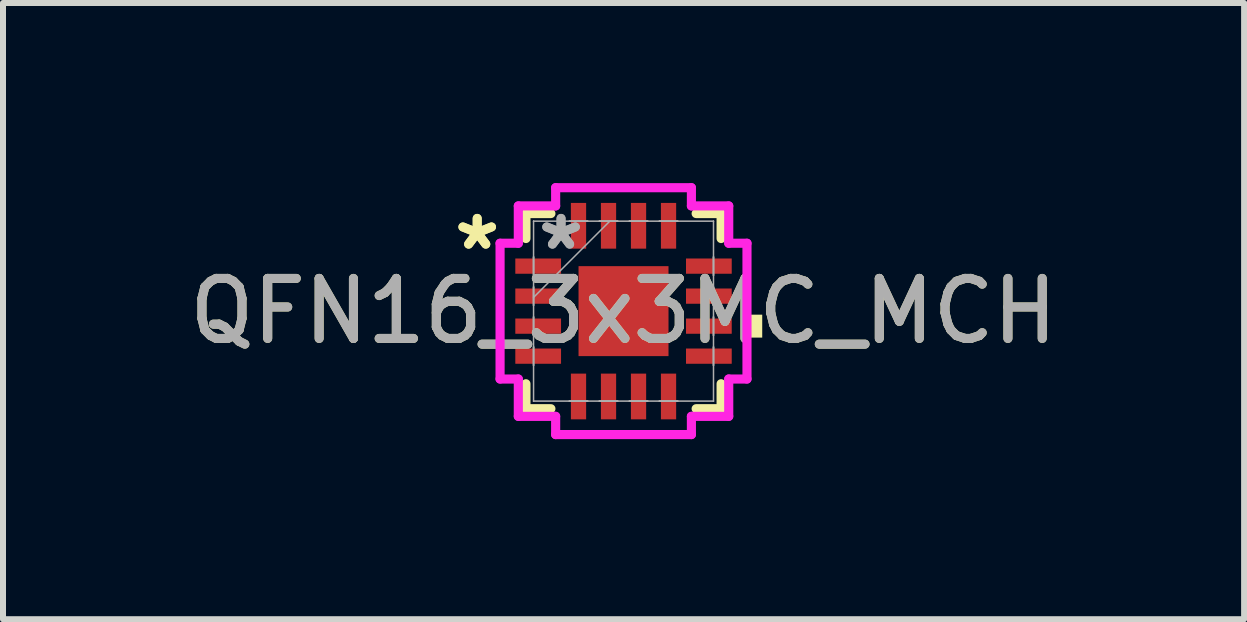
<source format=kicad_pcb>
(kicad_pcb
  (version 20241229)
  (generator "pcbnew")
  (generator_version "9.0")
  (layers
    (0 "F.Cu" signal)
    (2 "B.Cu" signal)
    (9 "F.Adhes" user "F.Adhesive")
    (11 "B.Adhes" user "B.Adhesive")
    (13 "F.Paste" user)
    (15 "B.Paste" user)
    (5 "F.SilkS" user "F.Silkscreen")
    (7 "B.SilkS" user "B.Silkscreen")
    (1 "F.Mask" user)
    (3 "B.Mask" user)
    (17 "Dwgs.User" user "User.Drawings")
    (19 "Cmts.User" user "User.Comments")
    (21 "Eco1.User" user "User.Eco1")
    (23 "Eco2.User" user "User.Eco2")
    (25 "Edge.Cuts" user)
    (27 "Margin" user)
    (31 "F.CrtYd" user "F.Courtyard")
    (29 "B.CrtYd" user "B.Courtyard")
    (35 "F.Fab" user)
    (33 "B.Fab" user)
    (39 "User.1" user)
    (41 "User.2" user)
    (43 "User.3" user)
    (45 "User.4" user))
  (footprint "QFN16_3x3MC_MCH"
    (layer "F.Cu")
    (at 7.339 2.134)
    (property "Reference" "QFN16_3x3MC_MCH" (at 0 0 0) (unlocked yes) (layer "F.SilkS") (effects (font (size 1 1) (thickness 0.15))))
    (attr smd)
    (fp_line (start -1.626 -1.626) (end -1.626 -1.21) (stroke (width 0.152) (type solid)) (layer "F.SilkS"))
    (fp_line (start -1.626 1.21) (end -1.626 1.626) (stroke (width 0.152) (type solid)) (layer "F.SilkS"))
    (fp_line (start -1.626 1.626) (end -1.21 1.626) (stroke (width 0.152) (type solid)) (layer "F.SilkS"))
    (fp_line (start -1.21 -1.626) (end -1.626 -1.626) (stroke (width 0.152) (type solid)) (layer "F.SilkS"))
    (fp_line (start 1.21 1.626) (end 1.626 1.626) (stroke (width 0.152) (type solid)) (layer "F.SilkS"))
    (fp_line (start 1.626 -1.626) (end 1.21 -1.626) (stroke (width 0.152) (type solid)) (layer "F.SilkS"))
    (fp_line (start 1.626 -1.21) (end 1.626 -1.626) (stroke (width 0.152) (type solid)) (layer "F.SilkS"))
    (fp_line (start 1.626 1.626) (end 1.626 1.21) (stroke (width 0.152) (type solid)) (layer "F.SilkS"))
    (fp_poly (pts (xy 2.311 0.059) (xy 2.311 0.441) (xy 2.057 0.441) (xy 2.057 0.059)) (stroke (width 0) (type solid)) (fill yes) (layer "F.SilkS"))
    (fp_line (start -2.057 -1.131) (end -1.753 -1.131) (stroke (width 0.152) (type solid)) (layer "F.CrtYd"))
    (fp_line (start -2.057 1.131) (end -2.057 -1.131) (stroke (width 0.152) (type solid)) (layer "F.CrtYd"))
    (fp_line (start -1.753 -1.753) (end -1.131 -1.753) (stroke (width 0.152) (type solid)) (layer "F.CrtYd"))
    (fp_line (start -1.753 -1.131) (end -1.753 -1.753) (stroke (width 0.152) (type solid)) (layer "F.CrtYd"))
    (fp_line (start -1.753 1.131) (end -2.057 1.131) (stroke (width 0.152) (type solid)) (layer "F.CrtYd"))
    (fp_line (start -1.753 1.753) (end -1.753 1.131) (stroke (width 0.152) (type solid)) (layer "F.CrtYd"))
    (fp_line (start -1.131 -2.057) (end 1.131 -2.057) (stroke (width 0.152) (type solid)) (layer "F.CrtYd"))
    (fp_line (start -1.131 -1.753) (end -1.131 -2.057) (stroke (width 0.152) (type solid)) (layer "F.CrtYd"))
    (fp_line (start -1.131 1.753) (end -1.753 1.753) (stroke (width 0.152) (type solid)) (layer "F.CrtYd"))
    (fp_line (start -1.131 2.057) (end -1.131 1.753) (stroke (width 0.152) (type solid)) (layer "F.CrtYd"))
    (fp_line (start 1.131 -2.057) (end 1.131 -1.753) (stroke (width 0.152) (type solid)) (layer "F.CrtYd"))
    (fp_line (start 1.131 -1.753) (end 1.753 -1.753) (stroke (width 0.152) (type solid)) (layer "F.CrtYd"))
    (fp_line (start 1.131 1.753) (end 1.131 2.057) (stroke (width 0.152) (type solid)) (layer "F.CrtYd"))
    (fp_line (start 1.131 2.057) (end -1.131 2.057) (stroke (width 0.152) (type solid)) (layer "F.CrtYd"))
    (fp_line (start 1.753 -1.753) (end 1.753 -1.131) (stroke (width 0.152) (type solid)) (layer "F.CrtYd"))
    (fp_line (start 1.753 -1.131) (end 2.057 -1.131) (stroke (width 0.152) (type solid)) (layer "F.CrtYd"))
    (fp_line (start 1.753 1.131) (end 1.753 1.753) (stroke (width 0.152) (type solid)) (layer "F.CrtYd"))
    (fp_line (start 1.753 1.753) (end 1.131 1.753) (stroke (width 0.152) (type solid)) (layer "F.CrtYd"))
    (fp_line (start 2.057 -1.131) (end 2.057 1.131) (stroke (width 0.152) (type solid)) (layer "F.CrtYd"))
    (fp_line (start 2.057 1.131) (end 1.753 1.131) (stroke (width 0.152) (type solid)) (layer "F.CrtYd"))
    (fp_line (start -1.499 -1.499) (end -1.499 -1.499) (stroke (width 0.025) (type solid)) (layer "F.Fab"))
    (fp_line (start -1.499 -1.499) (end -1.499 1.499) (stroke (width 0.025) (type solid)) (layer "F.Fab"))
    (fp_line (start -1.499 -0.902) (end -1.499 -0.902) (stroke (width 0.025) (type solid)) (layer "F.Fab"))
    (fp_line (start -1.499 -0.902) (end -1.499 -0.598) (stroke (width 0.025) (type solid)) (layer "F.Fab"))
    (fp_line (start -1.499 -0.598) (end -1.499 -0.902) (stroke (width 0.025) (type solid)) (layer "F.Fab"))
    (fp_line (start -1.499 -0.598) (end -1.499 -0.598) (stroke (width 0.025) (type solid)) (layer "F.Fab"))
    (fp_line (start -1.499 -0.402) (end -1.499 -0.402) (stroke (width 0.025) (type solid)) (layer "F.Fab"))
    (fp_line (start -1.499 -0.402) (end -1.499 -0.098) (stroke (width 0.025) (type solid)) (layer "F.Fab"))
    (fp_line (start -1.499 -0.229) (end -0.229 -1.499) (stroke (width 0.025) (type solid)) (layer "F.Fab"))
    (fp_line (start -1.499 -0.098) (end -1.499 -0.402) (stroke (width 0.025) (type solid)) (layer "F.Fab"))
    (fp_line (start -1.499 -0.098) (end -1.499 -0.098) (stroke (width 0.025) (type solid)) (layer "F.Fab"))
    (fp_line (start -1.499 0.098) (end -1.499 0.098) (stroke (width 0.025) (type solid)) (layer "F.Fab"))
    (fp_line (start -1.499 0.098) (end -1.499 0.402) (stroke (width 0.025) (type solid)) (layer "F.Fab"))
    (fp_line (start -1.499 0.402) (end -1.499 0.098) (stroke (width 0.025) (type solid)) (layer "F.Fab"))
    (fp_line (start -1.499 0.402) (end -1.499 0.402) (stroke (width 0.025) (type solid)) (layer "F.Fab"))
    (fp_line (start -1.499 0.598) (end -1.499 0.598) (stroke (width 0.025) (type solid)) (layer "F.Fab"))
    (fp_line (start -1.499 0.598) (end -1.499 0.902) (stroke (width 0.025) (type solid)) (layer "F.Fab"))
    (fp_line (start -1.499 0.902) (end -1.499 0.598) (stroke (width 0.025) (type solid)) (layer "F.Fab"))
    (fp_line (start -1.499 0.902) (end -1.499 0.902) (stroke (width 0.025) (type solid)) (layer "F.Fab"))
    (fp_line (start -1.499 1.499) (end -1.499 1.499) (stroke (width 0.025) (type solid)) (layer "F.Fab"))
    (fp_line (start -1.499 1.499) (end 1.499 1.499) (stroke (width 0.025) (type solid)) (layer "F.Fab"))
    (fp_line (start -0.902 -1.499) (end -0.902 -1.499) (stroke (width 0.025) (type solid)) (layer "F.Fab"))
    (fp_line (start -0.902 -1.499) (end -0.598 -1.499) (stroke (width 0.025) (type solid)) (layer "F.Fab"))
    (fp_line (start -0.902 1.499) (end -0.902 1.499) (stroke (width 0.025) (type solid)) (layer "F.Fab"))
    (fp_line (start -0.902 1.499) (end -0.598 1.499) (stroke (width 0.025) (type solid)) (layer "F.Fab"))
    (fp_line (start -0.598 -1.499) (end -0.902 -1.499) (stroke (width 0.025) (type solid)) (layer "F.Fab"))
    (fp_line (start -0.598 -1.499) (end -0.598 -1.499) (stroke (width 0.025) (type solid)) (layer "F.Fab"))
    (fp_line (start -0.598 1.499) (end -0.902 1.499) (stroke (width 0.025) (type solid)) (layer "F.Fab"))
    (fp_line (start -0.598 1.499) (end -0.598 1.499) (stroke (width 0.025) (type solid)) (layer "F.Fab"))
    (fp_line (start -0.402 -1.499) (end -0.402 -1.499) (stroke (width 0.025) (type solid)) (layer "F.Fab"))
    (fp_line (start -0.402 -1.499) (end -0.098 -1.499) (stroke (width 0.025) (type solid)) (layer "F.Fab"))
    (fp_line (start -0.402 1.499) (end -0.402 1.499) (stroke (width 0.025) (type solid)) (layer "F.Fab"))
    (fp_line (start -0.402 1.499) (end -0.098 1.499) (stroke (width 0.025) (type solid)) (layer "F.Fab"))
    (fp_line (start -0.098 -1.499) (end -0.402 -1.499) (stroke (width 0.025) (type solid)) (layer "F.Fab"))
    (fp_line (start -0.098 -1.499) (end -0.098 -1.499) (stroke (width 0.025) (type solid)) (layer "F.Fab"))
    (fp_line (start -0.098 1.499) (end -0.402 1.499) (stroke (width 0.025) (type solid)) (layer "F.Fab"))
    (fp_line (start -0.098 1.499) (end -0.098 1.499) (stroke (width 0.025) (type solid)) (layer "F.Fab"))
    (fp_line (start 0.098 -1.499) (end 0.098 -1.499) (stroke (width 0.025) (type solid)) (layer "F.Fab"))
    (fp_line (start 0.098 -1.499) (end 0.402 -1.499) (stroke (width 0.025) (type solid)) (layer "F.Fab"))
    (fp_line (start 0.098 1.499) (end 0.098 1.499) (stroke (width 0.025) (type solid)) (layer "F.Fab"))
    (fp_line (start 0.098 1.499) (end 0.402 1.499) (stroke (width 0.025) (type solid)) (layer "F.Fab"))
    (fp_line (start 0.402 -1.499) (end 0.098 -1.499) (stroke (width 0.025) (type solid)) (layer "F.Fab"))
    (fp_line (start 0.402 -1.499) (end 0.402 -1.499) (stroke (width 0.025) (type solid)) (layer "F.Fab"))
    (fp_line (start 0.402 1.499) (end 0.098 1.499) (stroke (width 0.025) (type solid)) (layer "F.Fab"))
    (fp_line (start 0.402 1.499) (end 0.402 1.499) (stroke (width 0.025) (type solid)) (layer "F.Fab"))
    (fp_line (start 0.598 -1.499) (end 0.598 -1.499) (stroke (width 0.025) (type solid)) (layer "F.Fab"))
    (fp_line (start 0.598 -1.499) (end 0.902 -1.499) (stroke (width 0.025) (type solid)) (layer "F.Fab"))
    (fp_line (start 0.598 1.499) (end 0.598 1.499) (stroke (width 0.025) (type solid)) (layer "F.Fab"))
    (fp_line (start 0.598 1.499) (end 0.902 1.499) (stroke (width 0.025) (type solid)) (layer "F.Fab"))
    (fp_line (start 0.902 -1.499) (end 0.598 -1.499) (stroke (width 0.025) (type solid)) (layer "F.Fab"))
    (fp_line (start 0.902 -1.499) (end 0.902 -1.499) (stroke (width 0.025) (type solid)) (layer "F.Fab"))
    (fp_line (start 0.902 1.499) (end 0.598 1.499) (stroke (width 0.025) (type solid)) (layer "F.Fab"))
    (fp_line (start 0.902 1.499) (end 0.902 1.499) (stroke (width 0.025) (type solid)) (layer "F.Fab"))
    (fp_line (start 1.499 -1.499) (end -1.499 -1.499) (stroke (width 0.025) (type solid)) (layer "F.Fab"))
    (fp_line (start 1.499 -1.499) (end 1.499 -1.499) (stroke (width 0.025) (type solid)) (layer "F.Fab"))
    (fp_line (start 1.499 -0.902) (end 1.499 -0.902) (stroke (width 0.025) (type solid)) (layer "F.Fab"))
    (fp_line (start 1.499 -0.902) (end 1.499 -0.598) (stroke (width 0.025) (type solid)) (layer "F.Fab"))
    (fp_line (start 1.499 -0.598) (end 1.499 -0.902) (stroke (width 0.025) (type solid)) (layer "F.Fab"))
    (fp_line (start 1.499 -0.598) (end 1.499 -0.598) (stroke (width 0.025) (type solid)) (layer "F.Fab"))
    (fp_line (start 1.499 -0.402) (end 1.499 -0.402) (stroke (width 0.025) (type solid)) (layer "F.Fab"))
    (fp_line (start 1.499 -0.402) (end 1.499 -0.098) (stroke (width 0.025) (type solid)) (layer "F.Fab"))
    (fp_line (start 1.499 -0.098) (end 1.499 -0.402) (stroke (width 0.025) (type solid)) (layer "F.Fab"))
    (fp_line (start 1.499 -0.098) (end 1.499 -0.098) (stroke (width 0.025) (type solid)) (layer "F.Fab"))
    (fp_line (start 1.499 0.098) (end 1.499 0.098) (stroke (width 0.025) (type solid)) (layer "F.Fab"))
    (fp_line (start 1.499 0.098) (end 1.499 0.402) (stroke (width 0.025) (type solid)) (layer "F.Fab"))
    (fp_line (start 1.499 0.402) (end 1.499 0.098) (stroke (width 0.025) (type solid)) (layer "F.Fab"))
    (fp_line (start 1.499 0.402) (end 1.499 0.402) (stroke (width 0.025) (type solid)) (layer "F.Fab"))
    (fp_line (start 1.499 0.598) (end 1.499 0.598) (stroke (width 0.025) (type solid)) (layer "F.Fab"))
    (fp_line (start 1.499 0.598) (end 1.499 0.902) (stroke (width 0.025) (type solid)) (layer "F.Fab"))
    (fp_line (start 1.499 0.902) (end 1.499 0.598) (stroke (width 0.025) (type solid)) (layer "F.Fab"))
    (fp_line (start 1.499 0.902) (end 1.499 0.902) (stroke (width 0.025) (type solid)) (layer "F.Fab"))
    (fp_line (start 1.499 1.499) (end 1.499 -1.499) (stroke (width 0.025) (type solid)) (layer "F.Fab"))
    (fp_line (start 1.499 1.499) (end 1.499 1.499) (stroke (width 0.025) (type solid)) (layer "F.Fab"))
    (fp_text user "*" (at -2.438 -1 0) (unlocked yes) (layer "F.SilkS") (effects (font (size 1 1) (thickness 0.15))))
    (fp_text user "*" (at -2.438 -1 0) (layer "F.SilkS") (effects (font (size 1 1) (thickness 0.15))))
    (fp_text user "*" (at -1.041 -1 0) (unlocked yes) (layer "F.Fab") (effects (font (size 1 1) (thickness 0.15))))
    (fp_text user "*" (at -1.041 -1 0) (layer "F.Fab") (effects (font (size 1 1) (thickness 0.15))))
    (fp_text user "${REFERENCE}" (at 0 0 0) (unlocked yes) (layer "F.Fab") (effects (font (size 1 1) (thickness 0.15))))
    (pad "1" smd rect (at -1.422 -0.75 90) (size 0.254 0.762) (layers "F.Cu" "F.Mask" "F.Paste"))
    (pad "2" smd rect (at -1.422 -0.25 90) (size 0.254 0.762) (layers "F.Cu" "F.Mask" "F.Paste"))
    (pad "3" smd rect (at -1.422 0.25 90) (size 0.254 0.762) (layers "F.Cu" "F.Mask" "F.Paste"))
    (pad "4" smd rect (at -1.422 0.75 90) (size 0.254 0.762) (layers "F.Cu" "F.Mask" "F.Paste"))
    (pad "5" smd rect (at -0.75 1.422) (size 0.254 0.762) (layers "F.Cu" "F.Mask" "F.Paste"))
    (pad "6" smd rect (at -0.25 1.422) (size 0.254 0.762) (layers "F.Cu" "F.Mask" "F.Paste"))
    (pad "7" smd rect (at 0.25 1.422) (size 0.254 0.762) (layers "F.Cu" "F.Mask" "F.Paste"))
    (pad "8" smd rect (at 0.75 1.422) (size 0.254 0.762) (layers "F.Cu" "F.Mask" "F.Paste"))
    (pad "9" smd rect (at 1.422 0.75 90) (size 0.254 0.762) (layers "F.Cu" "F.Mask" "F.Paste"))
    (pad "10" smd rect (at 1.422 0.25 90) (size 0.254 0.762) (layers "F.Cu" "F.Mask" "F.Paste"))
    (pad "11" smd rect (at 1.422 -0.25 90) (size 0.254 0.762) (layers "F.Cu" "F.Mask" "F.Paste"))
    (pad "12" smd rect (at 1.422 -0.75 90) (size 0.254 0.762) (layers "F.Cu" "F.Mask" "F.Paste"))
    (pad "13" smd rect (at 0.75 -1.422) (size 0.254 0.762) (layers "F.Cu" "F.Mask" "F.Paste"))
    (pad "14" smd rect (at 0.25 -1.422) (size 0.254 0.762) (layers "F.Cu" "F.Mask" "F.Paste"))
    (pad "15" smd rect (at -0.25 -1.422) (size 0.254 0.762) (layers "F.Cu" "F.Mask" "F.Paste"))
    (pad "16" smd rect (at -0.75 -1.422) (size 0.254 0.762) (layers "F.Cu" "F.Mask" "F.Paste"))
    (pad "17" smd rect (at 0 0) (size 1.499 1.499) (layers "F.Cu" "F.Mask" "F.Paste")))
  (gr_rect
    (start -3 -3)
    (end 17.679 7.267)
    (stroke (width 0.1) (type default))
    (fill no)
    (layer "Edge.Cuts")))
</source>
